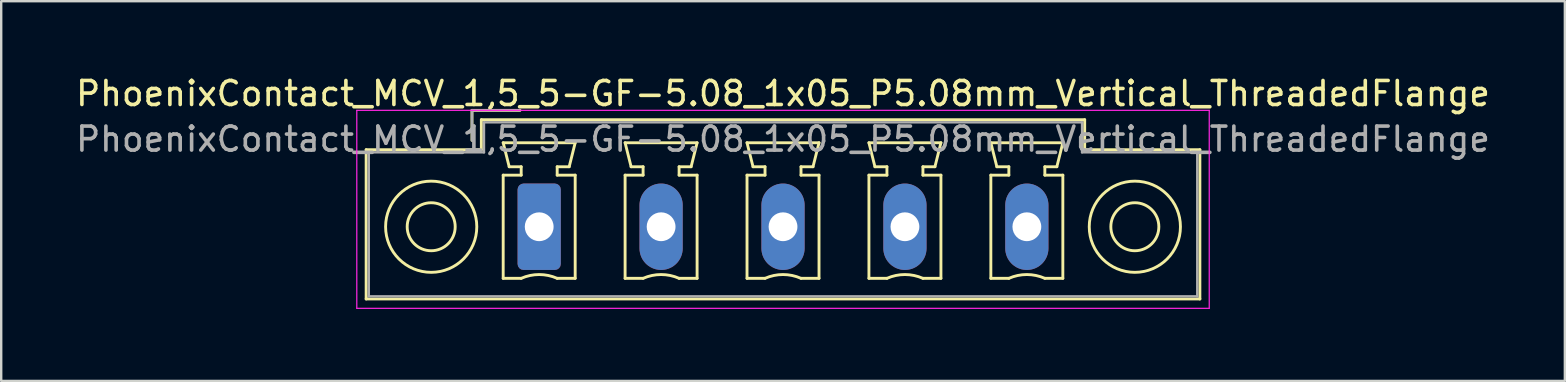
<source format=kicad_pcb>
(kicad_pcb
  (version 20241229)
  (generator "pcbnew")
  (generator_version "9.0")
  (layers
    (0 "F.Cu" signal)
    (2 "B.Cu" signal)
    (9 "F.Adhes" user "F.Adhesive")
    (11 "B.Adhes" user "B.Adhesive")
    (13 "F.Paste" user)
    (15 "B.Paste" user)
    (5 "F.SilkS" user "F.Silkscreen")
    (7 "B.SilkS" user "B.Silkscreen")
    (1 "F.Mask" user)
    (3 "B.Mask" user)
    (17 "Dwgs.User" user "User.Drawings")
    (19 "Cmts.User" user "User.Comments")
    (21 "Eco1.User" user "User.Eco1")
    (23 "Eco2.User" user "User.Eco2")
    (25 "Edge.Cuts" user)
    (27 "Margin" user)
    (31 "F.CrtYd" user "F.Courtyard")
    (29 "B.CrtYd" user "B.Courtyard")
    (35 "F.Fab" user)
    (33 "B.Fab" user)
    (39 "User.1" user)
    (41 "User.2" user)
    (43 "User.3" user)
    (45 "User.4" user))
  (footprint "PhoenixContact_MCV_1,5_5-GF-5.08_1x05_P5.08mm_Vertical_ThreadedFlange"
    (layer "F.Cu")
    (at 19.417 6.398)
    (property "Reference" "PhoenixContact_MCV_1,5_5-GF-5.08_1x05_P5.08mm_Vertical_ThreadedFlange" (at 10.16 -5.55 0) (layer "F.SilkS") (effects (font (size 1 1) (thickness 0.15))))
    (attr through_hole)
    (fp_line (start -7.21 -3.21) (end -7.21 3.01) (stroke (width 0.12) (type solid)) (layer "F.SilkS"))
    (fp_line (start -7.21 3.01) (end 27.53 3.01) (stroke (width 0.12) (type solid)) (layer "F.SilkS"))
    (fp_line (start -2.8 -4.85) (end -0.8 -4.85) (stroke (width 0.12) (type solid)) (layer "F.SilkS"))
    (fp_line (start -2.8 -3.6) (end -2.8 -4.85) (stroke (width 0.12) (type solid)) (layer "F.SilkS"))
    (fp_line (start -2.41 -4.46) (end -2.41 -3.21) (stroke (width 0.12) (type solid)) (layer "F.SilkS"))
    (fp_line (start -2.41 -3.21) (end -7.21 -3.21) (stroke (width 0.12) (type solid)) (layer "F.SilkS"))
    (fp_line (start -1.5 -3.5) (end 1.5 -3.5) (stroke (width 0.12) (type solid)) (layer "F.SilkS"))
    (fp_line (start -1.5 -2.15) (end -0.75 -2.15) (stroke (width 0.12) (type solid)) (layer "F.SilkS"))
    (fp_line (start -1.5 2.15) (end -1.5 -2.15) (stroke (width 0.12) (type solid)) (layer "F.SilkS"))
    (fp_line (start -1.25 -2.5) (end -1.5 -3.5) (stroke (width 0.12) (type solid)) (layer "F.SilkS"))
    (fp_line (start -0.75 -2.5) (end -1.25 -2.5) (stroke (width 0.12) (type solid)) (layer "F.SilkS"))
    (fp_line (start -0.75 -2.15) (end -0.75 -2.5) (stroke (width 0.12) (type solid)) (layer "F.SilkS"))
    (fp_line (start -0.75 2.15) (end -1.5 2.15) (stroke (width 0.12) (type solid)) (layer "F.SilkS"))
    (fp_line (start 0.75 -2.5) (end 0.75 -2.15) (stroke (width 0.12) (type solid)) (layer "F.SilkS"))
    (fp_line (start 0.75 -2.15) (end 1.5 -2.15) (stroke (width 0.12) (type solid)) (layer "F.SilkS"))
    (fp_line (start 1.25 -2.5) (end 0.75 -2.5) (stroke (width 0.12) (type solid)) (layer "F.SilkS"))
    (fp_line (start 1.5 -3.5) (end 1.25 -2.5) (stroke (width 0.12) (type solid)) (layer "F.SilkS"))
    (fp_line (start 1.5 -2.15) (end 1.5 2.15) (stroke (width 0.12) (type solid)) (layer "F.SilkS"))
    (fp_line (start 1.5 2.15) (end 0.75 2.15) (stroke (width 0.12) (type solid)) (layer "F.SilkS"))
    (fp_line (start 3.58 -3.5) (end 6.58 -3.5) (stroke (width 0.12) (type solid)) (layer "F.SilkS"))
    (fp_line (start 3.58 -2.15) (end 4.33 -2.15) (stroke (width 0.12) (type solid)) (layer "F.SilkS"))
    (fp_line (start 3.58 2.15) (end 3.58 -2.15) (stroke (width 0.12) (type solid)) (layer "F.SilkS"))
    (fp_line (start 3.83 -2.5) (end 3.58 -3.5) (stroke (width 0.12) (type solid)) (layer "F.SilkS"))
    (fp_line (start 4.33 -2.5) (end 3.83 -2.5) (stroke (width 0.12) (type solid)) (layer "F.SilkS"))
    (fp_line (start 4.33 -2.15) (end 4.33 -2.5) (stroke (width 0.12) (type solid)) (layer "F.SilkS"))
    (fp_line (start 4.33 2.15) (end 3.58 2.15) (stroke (width 0.12) (type solid)) (layer "F.SilkS"))
    (fp_line (start 5.83 -2.5) (end 5.83 -2.15) (stroke (width 0.12) (type solid)) (layer "F.SilkS"))
    (fp_line (start 5.83 -2.15) (end 6.58 -2.15) (stroke (width 0.12) (type solid)) (layer "F.SilkS"))
    (fp_line (start 6.33 -2.5) (end 5.83 -2.5) (stroke (width 0.12) (type solid)) (layer "F.SilkS"))
    (fp_line (start 6.58 -3.5) (end 6.33 -2.5) (stroke (width 0.12) (type solid)) (layer "F.SilkS"))
    (fp_line (start 6.58 -2.15) (end 6.58 2.15) (stroke (width 0.12) (type solid)) (layer "F.SilkS"))
    (fp_line (start 6.58 2.15) (end 5.83 2.15) (stroke (width 0.12) (type solid)) (layer "F.SilkS"))
    (fp_line (start 8.66 -3.5) (end 11.66 -3.5) (stroke (width 0.12) (type solid)) (layer "F.SilkS"))
    (fp_line (start 8.66 -2.15) (end 9.41 -2.15) (stroke (width 0.12) (type solid)) (layer "F.SilkS"))
    (fp_line (start 8.66 2.15) (end 8.66 -2.15) (stroke (width 0.12) (type solid)) (layer "F.SilkS"))
    (fp_line (start 8.91 -2.5) (end 8.66 -3.5) (stroke (width 0.12) (type solid)) (layer "F.SilkS"))
    (fp_line (start 9.41 -2.5) (end 8.91 -2.5) (stroke (width 0.12) (type solid)) (layer "F.SilkS"))
    (fp_line (start 9.41 -2.15) (end 9.41 -2.5) (stroke (width 0.12) (type solid)) (layer "F.SilkS"))
    (fp_line (start 9.41 2.15) (end 8.66 2.15) (stroke (width 0.12) (type solid)) (layer "F.SilkS"))
    (fp_line (start 10.91 -2.5) (end 10.91 -2.15) (stroke (width 0.12) (type solid)) (layer "F.SilkS"))
    (fp_line (start 10.91 -2.15) (end 11.66 -2.15) (stroke (width 0.12) (type solid)) (layer "F.SilkS"))
    (fp_line (start 11.41 -2.5) (end 10.91 -2.5) (stroke (width 0.12) (type solid)) (layer "F.SilkS"))
    (fp_line (start 11.66 -3.5) (end 11.41 -2.5) (stroke (width 0.12) (type solid)) (layer "F.SilkS"))
    (fp_line (start 11.66 -2.15) (end 11.66 2.15) (stroke (width 0.12) (type solid)) (layer "F.SilkS"))
    (fp_line (start 11.66 2.15) (end 10.91 2.15) (stroke (width 0.12) (type solid)) (layer "F.SilkS"))
    (fp_line (start 13.74 -3.5) (end 16.74 -3.5) (stroke (width 0.12) (type solid)) (layer "F.SilkS"))
    (fp_line (start 13.74 -2.15) (end 14.49 -2.15) (stroke (width 0.12) (type solid)) (layer "F.SilkS"))
    (fp_line (start 13.74 2.15) (end 13.74 -2.15) (stroke (width 0.12) (type solid)) (layer "F.SilkS"))
    (fp_line (start 13.99 -2.5) (end 13.74 -3.5) (stroke (width 0.12) (type solid)) (layer "F.SilkS"))
    (fp_line (start 14.49 -2.5) (end 13.99 -2.5) (stroke (width 0.12) (type solid)) (layer "F.SilkS"))
    (fp_line (start 14.49 -2.15) (end 14.49 -2.5) (stroke (width 0.12) (type solid)) (layer "F.SilkS"))
    (fp_line (start 14.49 2.15) (end 13.74 2.15) (stroke (width 0.12) (type solid)) (layer "F.SilkS"))
    (fp_line (start 15.99 -2.5) (end 15.99 -2.15) (stroke (width 0.12) (type solid)) (layer "F.SilkS"))
    (fp_line (start 15.99 -2.15) (end 16.74 -2.15) (stroke (width 0.12) (type solid)) (layer "F.SilkS"))
    (fp_line (start 16.49 -2.5) (end 15.99 -2.5) (stroke (width 0.12) (type solid)) (layer "F.SilkS"))
    (fp_line (start 16.74 -3.5) (end 16.49 -2.5) (stroke (width 0.12) (type solid)) (layer "F.SilkS"))
    (fp_line (start 16.74 -2.15) (end 16.74 2.15) (stroke (width 0.12) (type solid)) (layer "F.SilkS"))
    (fp_line (start 16.74 2.15) (end 15.99 2.15) (stroke (width 0.12) (type solid)) (layer "F.SilkS"))
    (fp_line (start 18.82 -3.5) (end 21.82 -3.5) (stroke (width 0.12) (type solid)) (layer "F.SilkS"))
    (fp_line (start 18.82 -2.15) (end 19.57 -2.15) (stroke (width 0.12) (type solid)) (layer "F.SilkS"))
    (fp_line (start 18.82 2.15) (end 18.82 -2.15) (stroke (width 0.12) (type solid)) (layer "F.SilkS"))
    (fp_line (start 19.07 -2.5) (end 18.82 -3.5) (stroke (width 0.12) (type solid)) (layer "F.SilkS"))
    (fp_line (start 19.57 -2.5) (end 19.07 -2.5) (stroke (width 0.12) (type solid)) (layer "F.SilkS"))
    (fp_line (start 19.57 -2.15) (end 19.57 -2.5) (stroke (width 0.12) (type solid)) (layer "F.SilkS"))
    (fp_line (start 19.57 2.15) (end 18.82 2.15) (stroke (width 0.12) (type solid)) (layer "F.SilkS"))
    (fp_line (start 21.07 -2.5) (end 21.07 -2.15) (stroke (width 0.12) (type solid)) (layer "F.SilkS"))
    (fp_line (start 21.07 -2.15) (end 21.82 -2.15) (stroke (width 0.12) (type solid)) (layer "F.SilkS"))
    (fp_line (start 21.57 -2.5) (end 21.07 -2.5) (stroke (width 0.12) (type solid)) (layer "F.SilkS"))
    (fp_line (start 21.82 -3.5) (end 21.57 -2.5) (stroke (width 0.12) (type solid)) (layer "F.SilkS"))
    (fp_line (start 21.82 -2.15) (end 21.82 2.15) (stroke (width 0.12) (type solid)) (layer "F.SilkS"))
    (fp_line (start 21.82 2.15) (end 21.07 2.15) (stroke (width 0.12) (type solid)) (layer "F.SilkS"))
    (fp_line (start 22.73 -4.46) (end -2.41 -4.46) (stroke (width 0.12) (type solid)) (layer "F.SilkS"))
    (fp_line (start 22.73 -3.21) (end 22.73 -4.46) (stroke (width 0.12) (type solid)) (layer "F.SilkS"))
    (fp_line (start 27.53 -3.21) (end 22.73 -3.21) (stroke (width 0.12) (type solid)) (layer "F.SilkS"))
    (fp_line (start 27.53 3.01) (end 27.53 -3.21) (stroke (width 0.12) (type solid)) (layer "F.SilkS"))
    (fp_arc (start -0.75 2.15) (mid -0.000193 1.99191) (end 0.749647 2.149844) (stroke (width 0.12) (type solid)) (layer "F.SilkS"))
    (fp_arc (start 4.33 2.15) (mid 5.079807 1.99191) (end 5.829647 2.149844) (stroke (width 0.12) (type solid)) (layer "F.SilkS"))
    (fp_arc (start 9.41 2.15) (mid 10.159807 1.99191) (end 10.909647 2.149844) (stroke (width 0.12) (type solid)) (layer "F.SilkS"))
    (fp_arc (start 14.49 2.15) (mid 15.239807 1.99191) (end 15.989647 2.149844) (stroke (width 0.12) (type solid)) (layer "F.SilkS"))
    (fp_arc (start 19.57 2.15) (mid 20.319807 1.99191) (end 21.069647 2.149844) (stroke (width 0.12) (type solid)) (layer "F.SilkS"))
    (fp_circle (center -4.5 0) (end -3.5 0) (stroke (width 0.12) (type solid)) (fill no) (layer "F.SilkS"))
    (fp_circle (center -4.5 0) (end -2.6 0) (stroke (width 0.12) (type solid)) (fill no) (layer "F.SilkS"))
    (fp_circle (center 24.82 0) (end 25.82 0) (stroke (width 0.12) (type solid)) (fill no) (layer "F.SilkS"))
    (fp_circle (center 24.82 0) (end 26.72 0) (stroke (width 0.12) (type solid)) (fill no) (layer "F.SilkS"))
    (fp_line (start -7.6 -4.85) (end -7.6 3.4) (stroke (width 0.05) (type solid)) (layer "F.CrtYd"))
    (fp_line (start -7.6 3.4) (end 27.92 3.4) (stroke (width 0.05) (type solid)) (layer "F.CrtYd"))
    (fp_line (start 27.92 -4.85) (end -7.6 -4.85) (stroke (width 0.05) (type solid)) (layer "F.CrtYd"))
    (fp_line (start 27.92 3.4) (end 27.92 -4.85) (stroke (width 0.05) (type solid)) (layer "F.CrtYd"))
    (fp_line (start -7.1 -3.1) (end -7.1 2.9) (stroke (width 0.1) (type solid)) (layer "F.Fab"))
    (fp_line (start -7.1 2.9) (end 27.42 2.9) (stroke (width 0.1) (type solid)) (layer "F.Fab"))
    (fp_line (start -2.8 -4.85) (end -0.8 -4.85) (stroke (width 0.1) (type solid)) (layer "F.Fab"))
    (fp_line (start -2.8 -3.6) (end -2.8 -4.85) (stroke (width 0.1) (type solid)) (layer "F.Fab"))
    (fp_line (start -2.3 -4.35) (end -2.3 -3.1) (stroke (width 0.1) (type solid)) (layer "F.Fab"))
    (fp_line (start -2.3 -3.1) (end -7.1 -3.1) (stroke (width 0.1) (type solid)) (layer "F.Fab"))
    (fp_line (start 22.62 -4.35) (end -2.3 -4.35) (stroke (width 0.1) (type solid)) (layer "F.Fab"))
    (fp_line (start 22.62 -3.1) (end 22.62 -4.35) (stroke (width 0.1) (type solid)) (layer "F.Fab"))
    (fp_line (start 27.42 -3.1) (end 22.62 -3.1) (stroke (width 0.1) (type solid)) (layer "F.Fab"))
    (fp_line (start 27.42 2.9) (end 27.42 -3.1) (stroke (width 0.1) (type solid)) (layer "F.Fab"))
    (fp_text user "${REFERENCE}" (at 10.16 -3.65 0) (layer "F.Fab") (effects (font (size 1 1) (thickness 0.15))))
    (pad "1" thru_hole roundrect (at 0 0) (size 1.8 3.6) (drill 1.2) (layers "*.Cu" "*.Mask") (roundrect_rratio 0.139))
    (pad "2" thru_hole oval (at 5.08 0) (size 1.8 3.6) (drill 1.2) (layers "*.Cu" "*.Mask"))
    (pad "3" thru_hole oval (at 10.16 0) (size 1.8 3.6) (drill 1.2) (layers "*.Cu" "*.Mask"))
    (pad "4" thru_hole oval (at 15.24 0) (size 1.8 3.6) (drill 1.2) (layers "*.Cu" "*.Mask"))
    (pad "5" thru_hole oval (at 20.32 0) (size 1.8 3.6) (drill 1.2) (layers "*.Cu" "*.Mask")))
  (gr_rect
    (start -3 -3)
    (end 62.155 12.823)
    (stroke (width 0.1) (type default))
    (fill no)
    (layer "Edge.Cuts")))
</source>
